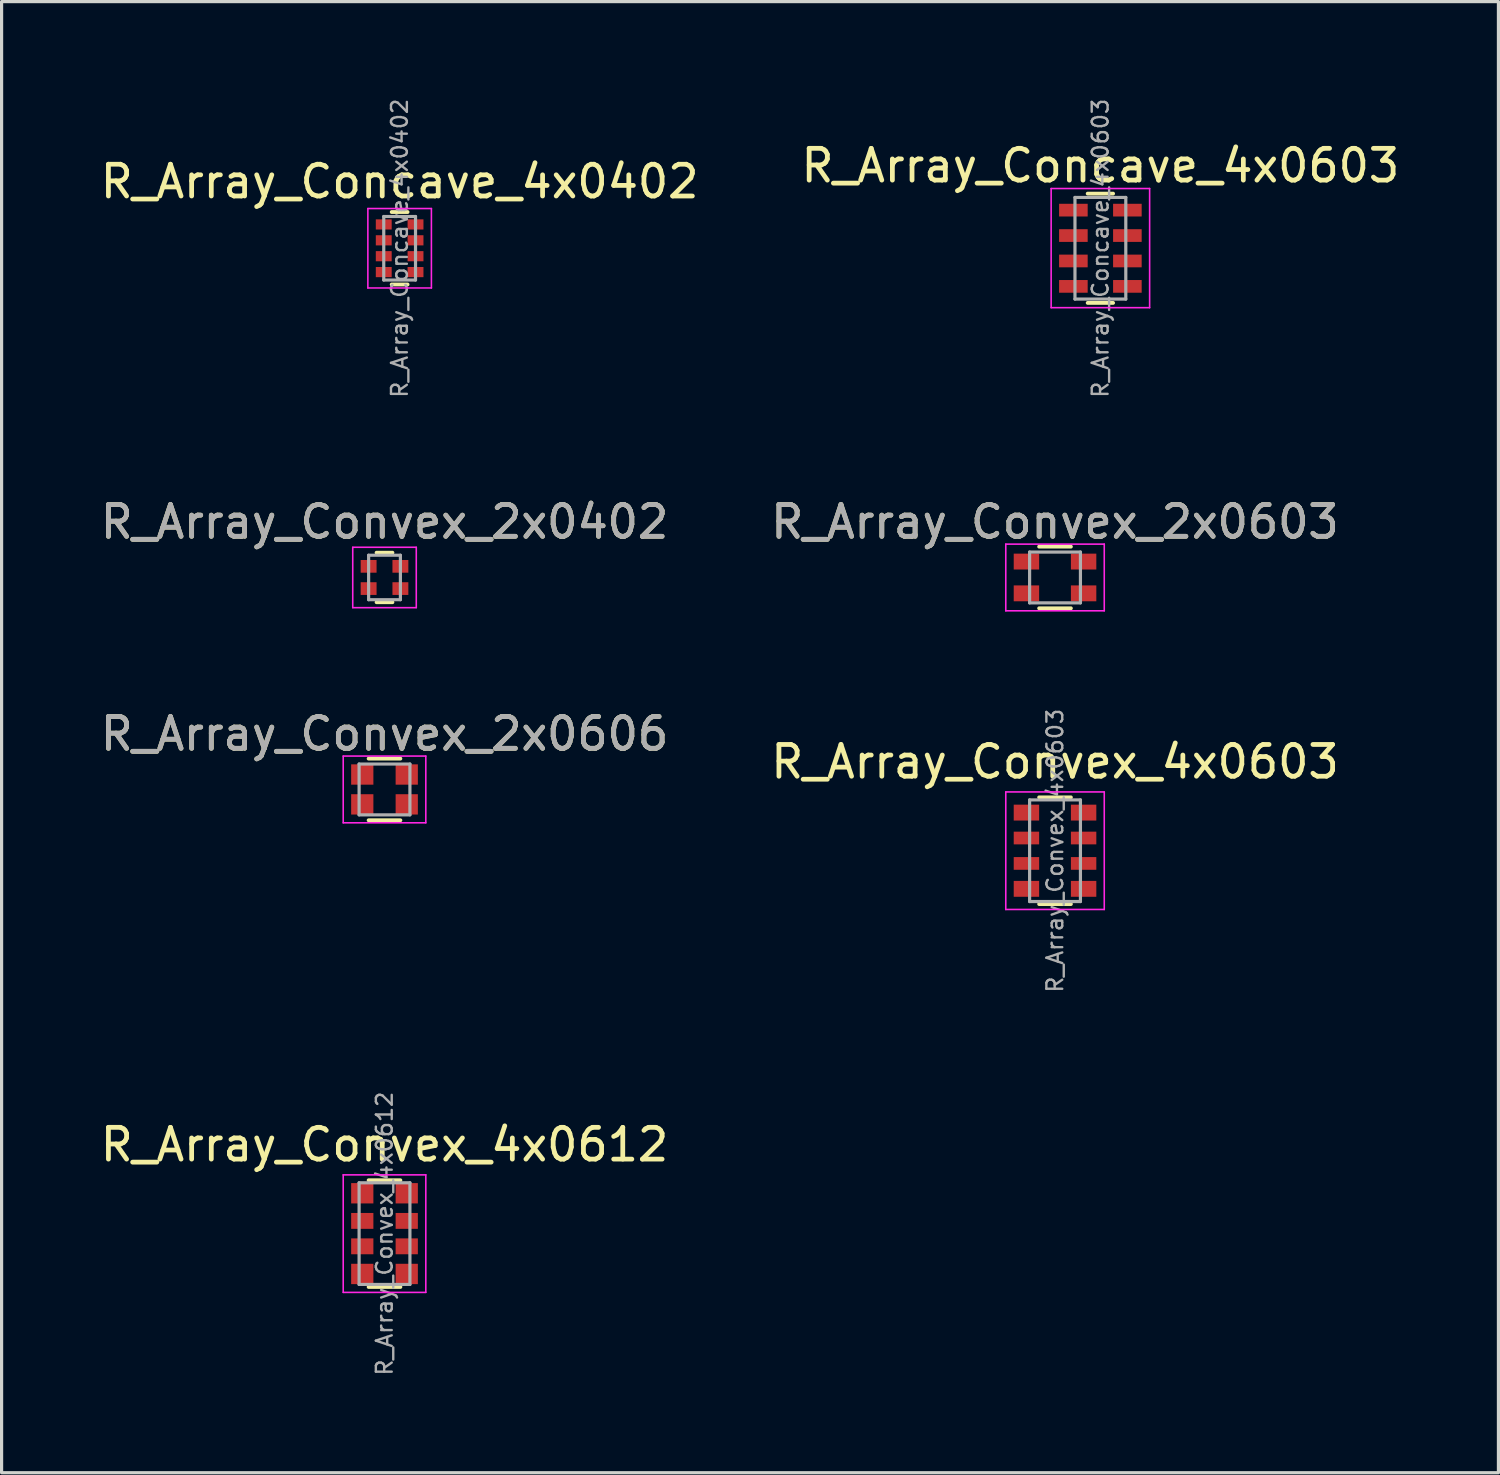
<source format=kicad_pcb>
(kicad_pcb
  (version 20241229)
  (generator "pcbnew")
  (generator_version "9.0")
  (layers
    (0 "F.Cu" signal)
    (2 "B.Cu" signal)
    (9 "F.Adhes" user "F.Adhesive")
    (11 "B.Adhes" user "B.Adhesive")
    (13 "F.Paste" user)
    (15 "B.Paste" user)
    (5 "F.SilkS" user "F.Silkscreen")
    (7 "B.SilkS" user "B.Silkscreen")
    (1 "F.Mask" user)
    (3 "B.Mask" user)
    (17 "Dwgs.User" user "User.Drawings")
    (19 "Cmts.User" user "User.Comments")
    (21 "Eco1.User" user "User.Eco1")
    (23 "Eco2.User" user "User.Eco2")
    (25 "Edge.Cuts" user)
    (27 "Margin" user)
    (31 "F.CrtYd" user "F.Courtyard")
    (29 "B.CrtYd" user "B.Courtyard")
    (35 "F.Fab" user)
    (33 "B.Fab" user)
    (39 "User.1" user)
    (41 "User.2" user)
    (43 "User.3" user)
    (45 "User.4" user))
  (footprint "R_Array_Convex_2x0603"
    (layer "F.Cu")
    (at 30.161 15.128)
    (property "Reference" "R_Array_Convex_2x0603" (at 0 -1.75 0) (layer "F.SilkS") (effects (font (size 1 1) (thickness 0.15))))
    (attr smd)
    (fp_line (start 0.5 -0.97) (end -0.5 -0.97) (stroke (width 0.12) (type solid)) (layer "F.SilkS"))
    (fp_line (start 0.5 0.97) (end -0.5 0.97) (stroke (width 0.12) (type solid)) (layer "F.SilkS"))
    (fp_line (start -1.55 -1.05) (end -1.55 1.05) (stroke (width 0.05) (type solid)) (layer "F.CrtYd"))
    (fp_line (start -1.55 -1.05) (end 1.55 -1.05) (stroke (width 0.05) (type solid)) (layer "F.CrtYd"))
    (fp_line (start 1.55 1.05) (end -1.55 1.05) (stroke (width 0.05) (type solid)) (layer "F.CrtYd"))
    (fp_line (start 1.55 1.05) (end 1.55 -1.05) (stroke (width 0.05) (type solid)) (layer "F.CrtYd"))
    (fp_line (start -0.8 -0.8) (end 0.8 -0.8) (stroke (width 0.1) (type solid)) (layer "F.Fab"))
    (fp_line (start -0.8 0.8) (end -0.8 -0.8) (stroke (width 0.1) (type solid)) (layer "F.Fab"))
    (fp_line (start 0.8 -0.8) (end 0.8 0.8) (stroke (width 0.1) (type solid)) (layer "F.Fab"))
    (fp_line (start 0.8 0.8) (end -0.8 0.8) (stroke (width 0.1) (type solid)) (layer "F.Fab"))
    (fp_text user "${REFERENCE}" (at 0 -1.75 0) (layer "F.Fab") (effects (font (size 1 1) (thickness 0.15))))
    (pad "1" smd rect (at -0.9 -0.5) (size 0.8 0.5) (layers "F.Cu" "F.Mask" "F.Paste"))
    (pad "2" smd rect (at -0.9 0.5) (size 0.8 0.5) (layers "F.Cu" "F.Mask" "F.Paste"))
    (pad "3" smd rect (at 0.9 0.5) (size 0.8 0.5) (layers "F.Cu" "F.Mask" "F.Paste"))
    (pad "4" smd rect (at 0.9 -0.5) (size 0.8 0.5) (layers "F.Cu" "F.Mask" "F.Paste")))
  (footprint "R_Array_Convex_4x0603"
    (layer "F.Cu")
    (at 30.161 23.73)
    (property "Reference" "R_Array_Convex_4x0603" (at 0 -2.8 0) (layer "F.SilkS") (effects (font (size 1 1) (thickness 0.15))))
    (attr smd)
    (fp_line (start 0.5 -1.68) (end -0.5 -1.68) (stroke (width 0.12) (type solid)) (layer "F.SilkS"))
    (fp_line (start 0.5 1.68) (end -0.5 1.68) (stroke (width 0.12) (type solid)) (layer "F.SilkS"))
    (fp_line (start -1.55 -1.85) (end -1.55 1.85) (stroke (width 0.05) (type solid)) (layer "F.CrtYd"))
    (fp_line (start -1.55 -1.85) (end 1.55 -1.85) (stroke (width 0.05) (type solid)) (layer "F.CrtYd"))
    (fp_line (start 1.55 1.85) (end -1.55 1.85) (stroke (width 0.05) (type solid)) (layer "F.CrtYd"))
    (fp_line (start 1.55 1.85) (end 1.55 -1.85) (stroke (width 0.05) (type solid)) (layer "F.CrtYd"))
    (fp_line (start -0.8 -1.6) (end 0.8 -1.6) (stroke (width 0.1) (type solid)) (layer "F.Fab"))
    (fp_line (start -0.8 1.6) (end -0.8 -1.6) (stroke (width 0.1) (type solid)) (layer "F.Fab"))
    (fp_line (start 0.8 -1.6) (end 0.8 1.6) (stroke (width 0.1) (type solid)) (layer "F.Fab"))
    (fp_line (start 0.8 1.6) (end -0.8 1.6) (stroke (width 0.1) (type solid)) (layer "F.Fab"))
    (fp_text user "${REFERENCE}" (at 0 0 90) (layer "F.Fab") (effects (font (size 0.5 0.5) (thickness 0.075))))
    (pad "1" smd rect (at -0.9 -1.2) (size 0.8 0.5) (layers "F.Cu" "F.Mask" "F.Paste"))
    (pad "2" smd rect (at -0.9 -0.4) (size 0.8 0.4) (layers "F.Cu" "F.Mask" "F.Paste"))
    (pad "3" smd rect (at -0.9 0.4) (size 0.8 0.4) (layers "F.Cu" "F.Mask" "F.Paste"))
    (pad "4" smd rect (at -0.9 1.2) (size 0.8 0.5) (layers "F.Cu" "F.Mask" "F.Paste"))
    (pad "5" smd rect (at 0.9 1.2) (size 0.8 0.5) (layers "F.Cu" "F.Mask" "F.Paste"))
    (pad "6" smd rect (at 0.9 0.4) (size 0.8 0.4) (layers "F.Cu" "F.Mask" "F.Paste"))
    (pad "7" smd rect (at 0.9 -0.4) (size 0.8 0.4) (layers "F.Cu" "F.Mask" "F.Paste"))
    (pad "8" smd rect (at 0.9 -1.2) (size 0.8 0.5) (layers "F.Cu" "F.Mask" "F.Paste")))
  (footprint "R_Array_Convex_2x0606"
    (layer "F.Cu")
    (at 9.054 21.801)
    (property "Reference" "R_Array_Convex_2x0606" (at 0 -1.75 0) (layer "F.SilkS") (effects (font (size 1 1) (thickness 0.15))))
    (attr smd)
    (fp_line (start 0.5 -0.97) (end -0.5 -0.97) (stroke (width 0.12) (type solid)) (layer "F.SilkS"))
    (fp_line (start 0.5 0.97) (end -0.5 0.97) (stroke (width 0.12) (type solid)) (layer "F.SilkS"))
    (fp_line (start -1.3 -1.05) (end -1.3 1.05) (stroke (width 0.05) (type solid)) (layer "F.CrtYd"))
    (fp_line (start -1.3 -1.05) (end 1.3 -1.05) (stroke (width 0.05) (type solid)) (layer "F.CrtYd"))
    (fp_line (start 1.3 1.05) (end -1.3 1.05) (stroke (width 0.05) (type solid)) (layer "F.CrtYd"))
    (fp_line (start 1.3 1.05) (end 1.3 -1.05) (stroke (width 0.05) (type solid)) (layer "F.CrtYd"))
    (fp_line (start -0.8 -0.8) (end 0.8 -0.8) (stroke (width 0.1) (type solid)) (layer "F.Fab"))
    (fp_line (start -0.8 0.8) (end -0.8 -0.8) (stroke (width 0.1) (type solid)) (layer "F.Fab"))
    (fp_line (start 0.8 -0.8) (end 0.8 0.8) (stroke (width 0.1) (type solid)) (layer "F.Fab"))
    (fp_line (start 0.8 0.8) (end -0.8 0.8) (stroke (width 0.1) (type solid)) (layer "F.Fab"))
    (fp_text user "${REFERENCE}" (at 0 -1.75 0) (layer "F.Fab") (effects (font (size 1 1) (thickness 0.15))))
    (pad "1" smd rect (at -0.7 -0.47) (size 0.7 0.64) (layers "F.Cu" "F.Mask" "F.Paste"))
    (pad "2" smd rect (at -0.7 0.47) (size 0.7 0.64) (layers "F.Cu" "F.Mask" "F.Paste"))
    (pad "3" smd rect (at 0.7 0.47) (size 0.7 0.64) (layers "F.Cu" "F.Mask" "F.Paste"))
    (pad "4" smd rect (at 0.7 -0.47) (size 0.7 0.64) (layers "F.Cu" "F.Mask" "F.Paste")))
  (footprint "R_Array_Concave_4x0402"
    (layer "F.Cu")
    (at 9.53 4.765)
    (property "Reference" "R_Array_Concave_4x0402" (at 0 -2.1 0) (layer "F.SilkS") (effects (font (size 1 1) (thickness 0.15))))
    (attr smd)
    (fp_line (start 0.25 -1.14) (end -0.25 -1.14) (stroke (width 0.12) (type solid)) (layer "F.SilkS"))
    (fp_line (start 0.25 1.14) (end -0.25 1.14) (stroke (width 0.12) (type solid)) (layer "F.SilkS"))
    (fp_line (start -1 -1.25) (end -1 1.25) (stroke (width 0.05) (type solid)) (layer "F.CrtYd"))
    (fp_line (start -1 -1.25) (end 1 -1.25) (stroke (width 0.05) (type solid)) (layer "F.CrtYd"))
    (fp_line (start 1 1.25) (end -1 1.25) (stroke (width 0.05) (type solid)) (layer "F.CrtYd"))
    (fp_line (start 1 1.25) (end 1 -1.25) (stroke (width 0.05) (type solid)) (layer "F.CrtYd"))
    (fp_line (start -0.5 -1) (end 0.5 -1) (stroke (width 0.1) (type solid)) (layer "F.Fab"))
    (fp_line (start -0.5 1) (end -0.5 -1) (stroke (width 0.1) (type solid)) (layer "F.Fab"))
    (fp_line (start 0.5 -1) (end 0.5 1) (stroke (width 0.1) (type solid)) (layer "F.Fab"))
    (fp_line (start 0.5 1) (end -0.5 1) (stroke (width 0.1) (type solid)) (layer "F.Fab"))
    (fp_text user "${REFERENCE}" (at 0 0 90) (layer "F.Fab") (effects (font (size 0.5 0.5) (thickness 0.075))))
    (pad "1" smd rect (at -0.5 -0.75) (size 0.5 0.32) (layers "F.Cu" "F.Mask" "F.Paste"))
    (pad "2" smd rect (at -0.5 -0.25) (size 0.5 0.32) (layers "F.Cu" "F.Mask" "F.Paste"))
    (pad "3" smd rect (at -0.5 0.25) (size 0.5 0.32) (layers "F.Cu" "F.Mask" "F.Paste"))
    (pad "4" smd rect (at -0.5 0.75) (size 0.5 0.32) (layers "F.Cu" "F.Mask" "F.Paste"))
    (pad "5" smd rect (at 0.5 0.75) (size 0.5 0.32) (layers "F.Cu" "F.Mask" "F.Paste"))
    (pad "6" smd rect (at 0.5 0.25) (size 0.5 0.32) (layers "F.Cu" "F.Mask" "F.Paste"))
    (pad "7" smd rect (at 0.5 -0.25) (size 0.5 0.32) (layers "F.Cu" "F.Mask" "F.Paste"))
    (pad "8" smd rect (at 0.5 -0.75) (size 0.5 0.32) (layers "F.Cu" "F.Mask" "F.Paste")))
  (footprint "R_Array_Convex_4x0612"
    (layer "F.Cu")
    (at 9.054 35.783)
    (property "Reference" "R_Array_Convex_4x0612" (at 0 -2.8 0) (layer "F.SilkS") (effects (font (size 1 1) (thickness 0.15))))
    (attr smd)
    (fp_line (start 0.5 -1.68) (end -0.5 -1.68) (stroke (width 0.12) (type solid)) (layer "F.SilkS"))
    (fp_line (start 0.5 1.68) (end -0.5 1.68) (stroke (width 0.12) (type solid)) (layer "F.SilkS"))
    (fp_line (start -1.3 -1.85) (end -1.3 1.85) (stroke (width 0.05) (type solid)) (layer "F.CrtYd"))
    (fp_line (start -1.3 -1.85) (end 1.3 -1.85) (stroke (width 0.05) (type solid)) (layer "F.CrtYd"))
    (fp_line (start 1.3 1.85) (end -1.3 1.85) (stroke (width 0.05) (type solid)) (layer "F.CrtYd"))
    (fp_line (start 1.3 1.85) (end 1.3 -1.85) (stroke (width 0.05) (type solid)) (layer "F.CrtYd"))
    (fp_line (start -0.8 -1.6) (end 0.8 -1.6) (stroke (width 0.1) (type solid)) (layer "F.Fab"))
    (fp_line (start -0.8 1.6) (end -0.8 -1.6) (stroke (width 0.1) (type solid)) (layer "F.Fab"))
    (fp_line (start 0.8 -1.6) (end 0.8 1.6) (stroke (width 0.1) (type solid)) (layer "F.Fab"))
    (fp_line (start 0.8 1.6) (end -0.8 1.6) (stroke (width 0.1) (type solid)) (layer "F.Fab"))
    (fp_text user "${REFERENCE}" (at 0 0 90) (layer "F.Fab") (effects (font (size 0.5 0.5) (thickness 0.075))))
    (pad "1" smd rect (at -0.7 -1.27) (size 0.7 0.64) (layers "F.Cu" "F.Mask" "F.Paste"))
    (pad "2" smd rect (at -0.7 -0.4) (size 0.7 0.5) (layers "F.Cu" "F.Mask" "F.Paste"))
    (pad "3" smd rect (at -0.7 0.4) (size 0.7 0.5) (layers "F.Cu" "F.Mask" "F.Paste"))
    (pad "4" smd rect (at -0.7 1.27) (size 0.7 0.64) (layers "F.Cu" "F.Mask" "F.Paste"))
    (pad "5" smd rect (at 0.7 1.27) (size 0.7 0.64) (layers "F.Cu" "F.Mask" "F.Paste"))
    (pad "6" smd rect (at 0.7 0.4) (size 0.7 0.5) (layers "F.Cu" "F.Mask" "F.Paste"))
    (pad "7" smd rect (at 0.7 -0.4) (size 0.7 0.5) (layers "F.Cu" "F.Mask" "F.Paste"))
    (pad "8" smd rect (at 0.7 -1.27) (size 0.7 0.64) (layers "F.Cu" "F.Mask" "F.Paste")))
  (footprint "R_Array_Concave_4x0603"
    (layer "F.Cu")
    (at 31.589 4.765)
    (property "Reference" "R_Array_Concave_4x0603" (at 0 -2.6 0) (layer "F.SilkS") (effects (font (size 1 1) (thickness 0.15))))
    (attr smd)
    (fp_line (start 0.4 -1.72) (end -0.4 -1.72) (stroke (width 0.12) (type solid)) (layer "F.SilkS"))
    (fp_line (start 0.4 1.72) (end -0.4 1.72) (stroke (width 0.12) (type solid)) (layer "F.SilkS"))
    (fp_line (start -1.55 -1.88) (end -1.55 1.87) (stroke (width 0.05) (type solid)) (layer "F.CrtYd"))
    (fp_line (start -1.55 -1.88) (end 1.55 -1.88) (stroke (width 0.05) (type solid)) (layer "F.CrtYd"))
    (fp_line (start 1.55 1.87) (end -1.55 1.87) (stroke (width 0.05) (type solid)) (layer "F.CrtYd"))
    (fp_line (start 1.55 1.87) (end 1.55 -1.88) (stroke (width 0.05) (type solid)) (layer "F.CrtYd"))
    (fp_line (start -0.8 -1.6) (end 0.8 -1.6) (stroke (width 0.1) (type solid)) (layer "F.Fab"))
    (fp_line (start -0.8 1.6) (end -0.8 -1.6) (stroke (width 0.1) (type solid)) (layer "F.Fab"))
    (fp_line (start 0.8 -1.6) (end 0.8 1.6) (stroke (width 0.1) (type solid)) (layer "F.Fab"))
    (fp_line (start 0.8 1.6) (end -0.8 1.6) (stroke (width 0.1) (type solid)) (layer "F.Fab"))
    (fp_text user "${REFERENCE}" (at 0 0 90) (layer "F.Fab") (effects (font (size 0.5 0.5) (thickness 0.075))))
    (pad "1" smd rect (at -0.85 -1.2) (size 0.9 0.4) (layers "F.Cu" "F.Mask" "F.Paste"))
    (pad "2" smd rect (at -0.85 -0.4) (size 0.9 0.4) (layers "F.Cu" "F.Mask" "F.Paste"))
    (pad "3" smd rect (at -0.85 0.4) (size 0.9 0.4) (layers "F.Cu" "F.Mask" "F.Paste"))
    (pad "4" smd rect (at -0.85 1.2) (size 0.9 0.4) (layers "F.Cu" "F.Mask" "F.Paste"))
    (pad "5" smd rect (at 0.85 1.2) (size 0.9 0.4) (layers "F.Cu" "F.Mask" "F.Paste"))
    (pad "6" smd rect (at 0.85 0.4) (size 0.9 0.4) (layers "F.Cu" "F.Mask" "F.Paste"))
    (pad "7" smd rect (at 0.85 -0.4) (size 0.9 0.4) (layers "F.Cu" "F.Mask" "F.Paste"))
    (pad "8" smd rect (at 0.85 -1.2) (size 0.9 0.4) (layers "F.Cu" "F.Mask" "F.Paste")))
  (footprint "R_Array_Convex_2x0402"
    (layer "F.Cu")
    (at 9.054 15.128)
    (property "Reference" "R_Array_Convex_2x0402" (at 0 -1.75 0) (layer "F.SilkS") (effects (font (size 1 1) (thickness 0.15))))
    (attr smd)
    (fp_line (start 0.25 -0.78) (end -0.25 -0.78) (stroke (width 0.12) (type solid)) (layer "F.SilkS"))
    (fp_line (start 0.25 0.78) (end -0.25 0.78) (stroke (width 0.12) (type solid)) (layer "F.SilkS"))
    (fp_line (start -1 -0.95) (end -1 0.95) (stroke (width 0.05) (type solid)) (layer "F.CrtYd"))
    (fp_line (start -1 -0.95) (end 1 -0.95) (stroke (width 0.05) (type solid)) (layer "F.CrtYd"))
    (fp_line (start 1 0.95) (end -1 0.95) (stroke (width 0.05) (type solid)) (layer "F.CrtYd"))
    (fp_line (start 1 0.95) (end 1 -0.95) (stroke (width 0.05) (type solid)) (layer "F.CrtYd"))
    (fp_line (start -0.5 -0.7) (end -0.5 0.7) (stroke (width 0.1) (type solid)) (layer "F.Fab"))
    (fp_line (start -0.5 0.7) (end 0.5 0.7) (stroke (width 0.1) (type solid)) (layer "F.Fab"))
    (fp_line (start 0.5 -0.7) (end -0.5 -0.7) (stroke (width 0.1) (type solid)) (layer "F.Fab"))
    (fp_line (start 0.5 0.7) (end 0.5 -0.7) (stroke (width 0.1) (type solid)) (layer "F.Fab"))
    (fp_text user "${REFERENCE}" (at 0 -1.75 0) (layer "F.Fab") (effects (font (size 1 1) (thickness 0.15))))
    (pad "1" smd rect (at -0.5 -0.35) (size 0.5 0.4) (layers "F.Cu" "F.Mask" "F.Paste"))
    (pad "2" smd rect (at -0.5 0.35) (size 0.5 0.4) (layers "F.Cu" "F.Mask" "F.Paste"))
    (pad "3" smd rect (at 0.5 0.35) (size 0.5 0.4) (layers "F.Cu" "F.Mask" "F.Paste"))
    (pad "4" smd rect (at 0.5 -0.35) (size 0.5 0.4) (layers "F.Cu" "F.Mask" "F.Paste")))
  (gr_rect
    (start -3 -3)
    (end 44.119 43.31)
    (stroke (width 0.1) (type default))
    (fill no)
    (layer "Edge.Cuts")))
</source>
